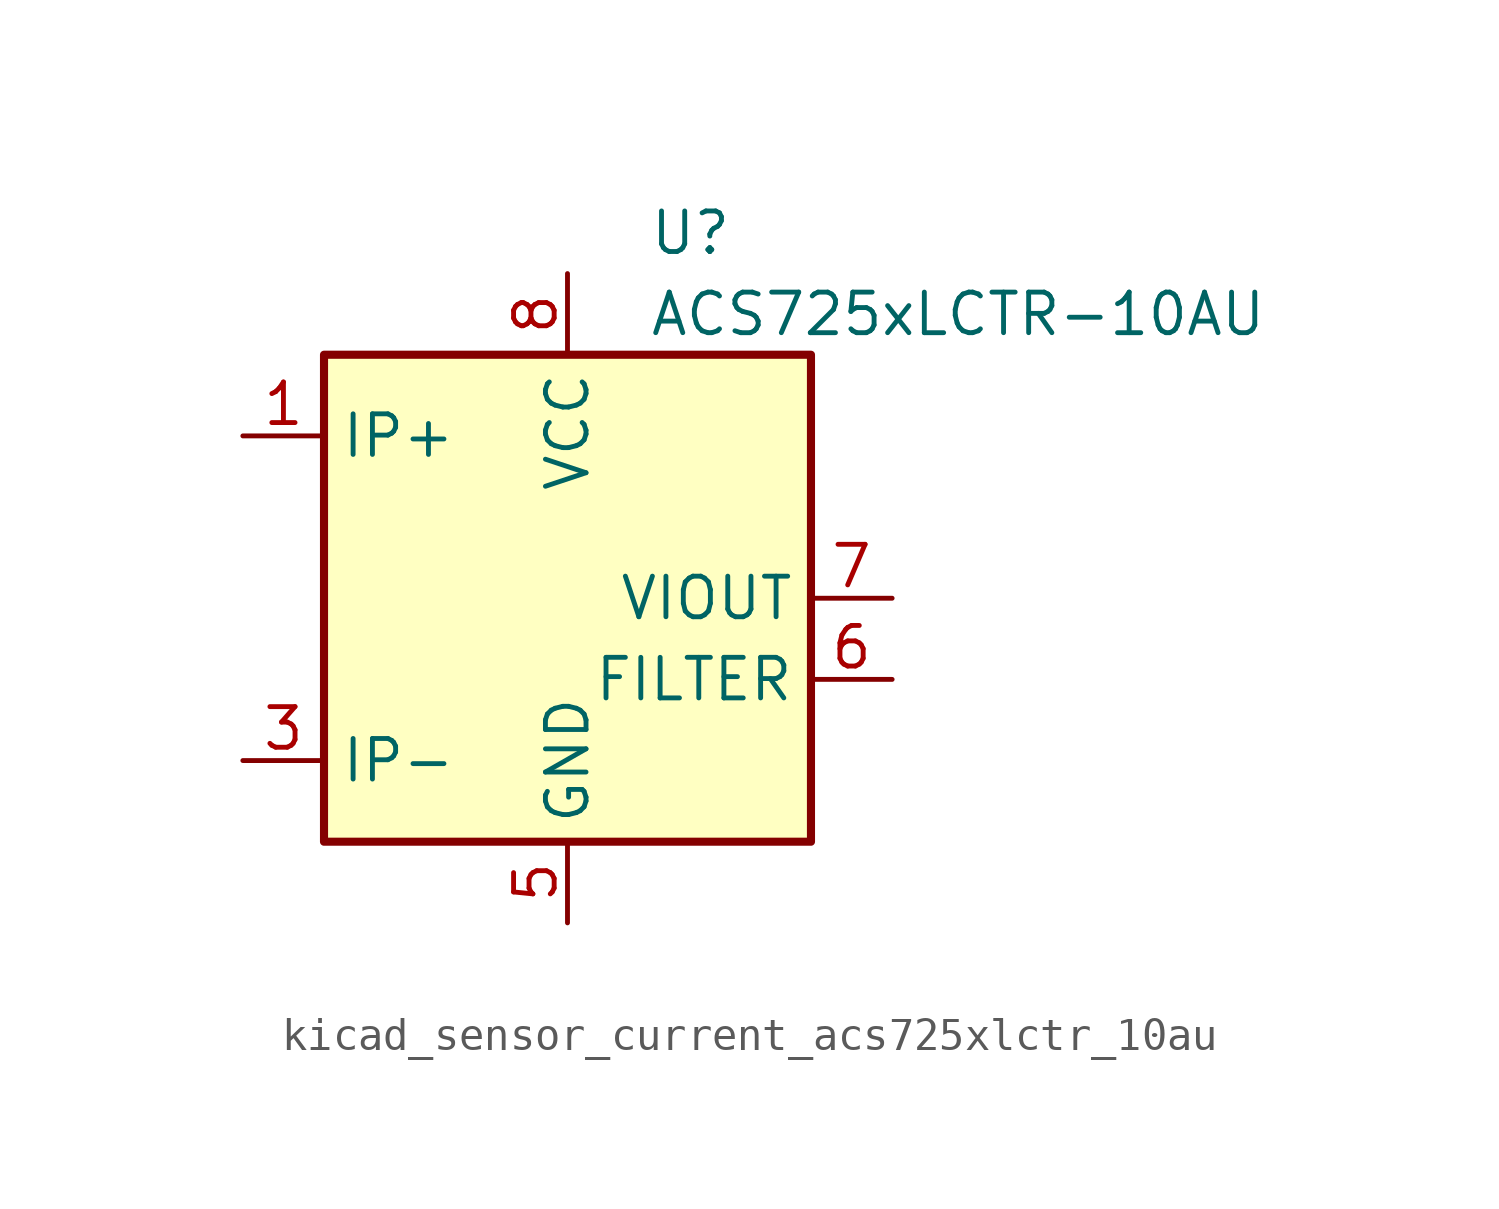
<source format=kicad_sym>
(kicad_symbol_lib
  (version 20220914)
  (generator kicad_symbol_editor)
  (symbol "kicad_sensor_current_acs725xlctr_10au"
    (property "Reference" "U"
      (at 2.54 11.43 0)
      (effects (font (size 1.27 1.27)) (justify left)))
    (property "Value" "ACS725xLCTR-10AU"
      (at 2.54 8.89 0)
      (effects (font (size 1.27 1.27)) (justify left)))
    (symbol "kicad_sensor_current_acs725xlctr_10au_0_1"
      (rectangle (start -7.62 7.62) (end 7.62 -7.62) (stroke (width 0.254) (type default)) (fill (type background))))
    (symbol "kicad_sensor_current_acs725xlctr_10au_1_1"
      (pin passive line (at -10.16 5.08 0) (length 2.54) (name "IP+" (effects (font (size 1.27 1.27)))) (number "1" (effects (font (size 1.27 1.27)))))
      (pin passive line (at -10.16 5.08 0) (length 2.54) hide (name "IP+" (effects (font (size 1.27 1.27)))) (number "2" (effects (font (size 1.27 1.27)))))
      (pin passive line (at -10.16 -5.08 0) (length 2.54) (name "IP-" (effects (font (size 1.27 1.27)))) (number "3" (effects (font (size 1.27 1.27)))))
      (pin passive line (at -10.16 -5.08 0) (length 2.54) hide (name "IP-" (effects (font (size 1.27 1.27)))) (number "4" (effects (font (size 1.27 1.27)))))
      (pin power_in line (at 0 -10.16 90) (length 2.54) (name "GND" (effects (font (size 1.27 1.27)))) (number "5" (effects (font (size 1.27 1.27)))))
      (pin passive line (at 10.16 -2.54 180) (length 2.54) (name "FILTER" (effects (font (size 1.27 1.27)))) (number "6" (effects (font (size 1.27 1.27)))))
      (pin output line (at 10.16 0 180) (length 2.54) (name "VIOUT" (effects (font (size 1.27 1.27)))) (number "7" (effects (font (size 1.27 1.27)))))
      (pin power_in line (at 0 10.16 270) (length 2.54) (name "VCC" (effects (font (size 1.27 1.27)))) (number "8" (effects (font (size 1.27 1.27))))))))
</source>
